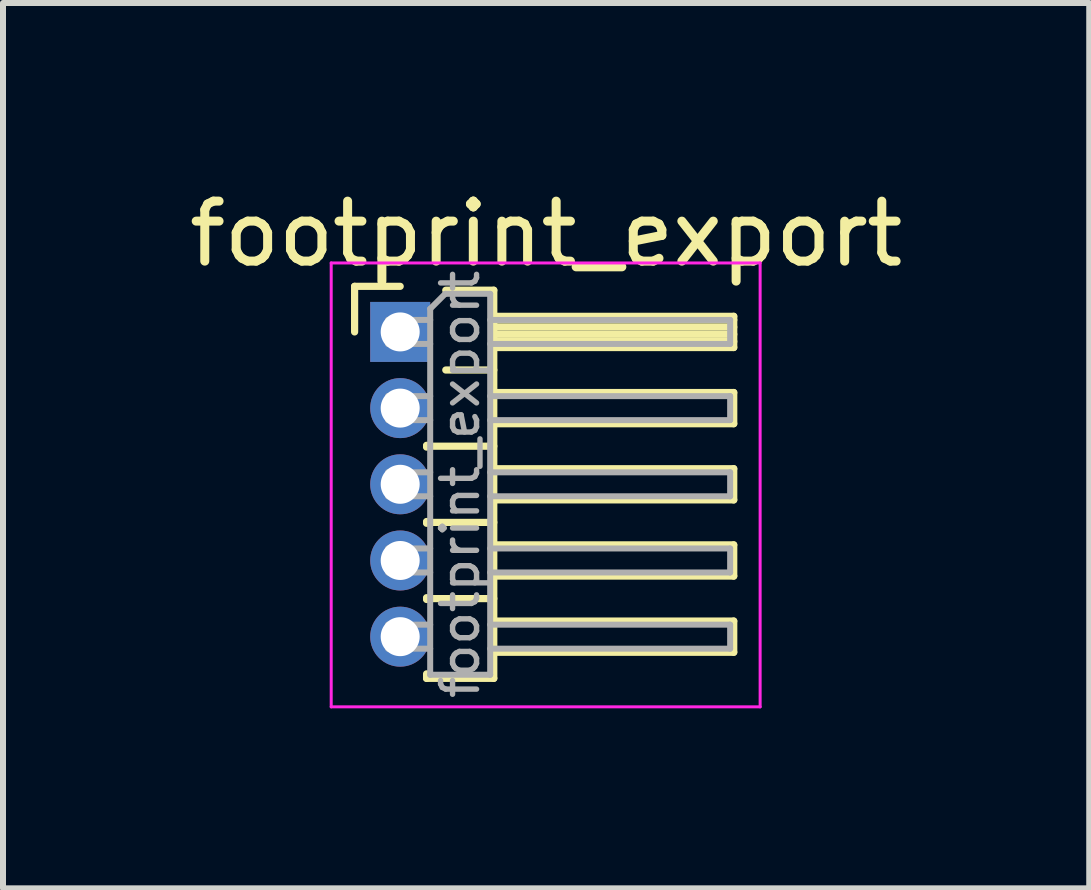
<source format=kicad_pcb>
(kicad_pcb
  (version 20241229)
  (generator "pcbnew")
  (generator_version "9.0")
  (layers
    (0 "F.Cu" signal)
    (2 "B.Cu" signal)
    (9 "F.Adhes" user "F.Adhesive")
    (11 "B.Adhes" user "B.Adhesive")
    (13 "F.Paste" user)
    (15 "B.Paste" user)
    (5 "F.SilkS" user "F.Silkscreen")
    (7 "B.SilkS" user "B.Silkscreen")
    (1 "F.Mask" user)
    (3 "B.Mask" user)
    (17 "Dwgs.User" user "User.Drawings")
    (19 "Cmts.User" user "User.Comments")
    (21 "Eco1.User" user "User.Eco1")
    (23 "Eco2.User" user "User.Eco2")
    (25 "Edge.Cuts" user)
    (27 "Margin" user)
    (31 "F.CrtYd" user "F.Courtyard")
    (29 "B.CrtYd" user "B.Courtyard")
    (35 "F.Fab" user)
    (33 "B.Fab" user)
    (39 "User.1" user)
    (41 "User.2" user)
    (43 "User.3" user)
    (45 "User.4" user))
  (footprint "footprint_export"
    (layer "F.Cu")
    (at 3.621 2.483)
    (property "Reference" "footprint_export" (at 2.433 -1.635 0) (layer "F.SilkS") (effects (font (size 1 1) (thickness 0.15))))
    (attr through_hole)
    (fp_line (start -0.76 -0.76) (end 0 -0.76) (stroke (width 0.12) (type solid)) (layer "F.SilkS"))
    (fp_line (start -0.76 0) (end -0.76 -0.76) (stroke (width 0.12) (type solid)) (layer "F.SilkS"))
    (fp_line (start 0.44 1.89) (end 0.44 1.92) (stroke (width 0.12) (type solid)) (layer "F.SilkS"))
    (fp_line (start 0.44 1.905) (end 1.56 1.905) (stroke (width 0.12) (type solid)) (layer "F.SilkS"))
    (fp_line (start 0.44 3.16) (end 0.44 3.19) (stroke (width 0.12) (type solid)) (layer "F.SilkS"))
    (fp_line (start 0.44 3.175) (end 1.56 3.175) (stroke (width 0.12) (type solid)) (layer "F.SilkS"))
    (fp_line (start 0.44 4.43) (end 0.44 4.46) (stroke (width 0.12) (type solid)) (layer "F.SilkS"))
    (fp_line (start 0.44 4.445) (end 1.56 4.445) (stroke (width 0.12) (type solid)) (layer "F.SilkS"))
    (fp_line (start 0.44 5.775) (end 0.44 5.7) (stroke (width 0.12) (type solid)) (layer "F.SilkS"))
    (fp_line (start 0.76 -0.695) (end 1.56 -0.695) (stroke (width 0.12) (type solid)) (layer "F.SilkS"))
    (fp_line (start 0.76 0.635) (end 1.56 0.635) (stroke (width 0.12) (type solid)) (layer "F.SilkS"))
    (fp_line (start 1.56 -0.695) (end 1.56 5.775) (stroke (width 0.12) (type solid)) (layer "F.SilkS"))
    (fp_line (start 1.56 -0.26) (end 5.56 -0.26) (stroke (width 0.12) (type solid)) (layer "F.SilkS"))
    (fp_line (start 1.56 -0.2) (end 5.56 -0.2) (stroke (width 0.12) (type solid)) (layer "F.SilkS"))
    (fp_line (start 1.56 -0.08) (end 5.56 -0.08) (stroke (width 0.12) (type solid)) (layer "F.SilkS"))
    (fp_line (start 1.56 0.04) (end 5.56 0.04) (stroke (width 0.12) (type solid)) (layer "F.SilkS"))
    (fp_line (start 1.56 0.16) (end 5.56 0.16) (stroke (width 0.12) (type solid)) (layer "F.SilkS"))
    (fp_line (start 1.56 1.01) (end 5.56 1.01) (stroke (width 0.12) (type solid)) (layer "F.SilkS"))
    (fp_line (start 1.56 2.28) (end 5.56 2.28) (stroke (width 0.12) (type solid)) (layer "F.SilkS"))
    (fp_line (start 1.56 3.55) (end 5.56 3.55) (stroke (width 0.12) (type solid)) (layer "F.SilkS"))
    (fp_line (start 1.56 4.82) (end 5.56 4.82) (stroke (width 0.12) (type solid)) (layer "F.SilkS"))
    (fp_line (start 1.56 5.775) (end 0.44 5.775) (stroke (width 0.12) (type solid)) (layer "F.SilkS"))
    (fp_line (start 5.56 -0.26) (end 5.56 0.26) (stroke (width 0.12) (type solid)) (layer "F.SilkS"))
    (fp_line (start 5.56 0.26) (end 1.56 0.26) (stroke (width 0.12) (type solid)) (layer "F.SilkS"))
    (fp_line (start 5.56 1.01) (end 5.56 1.53) (stroke (width 0.12) (type solid)) (layer "F.SilkS"))
    (fp_line (start 5.56 1.53) (end 1.56 1.53) (stroke (width 0.12) (type solid)) (layer "F.SilkS"))
    (fp_line (start 5.56 2.28) (end 5.56 2.8) (stroke (width 0.12) (type solid)) (layer "F.SilkS"))
    (fp_line (start 5.56 2.8) (end 1.56 2.8) (stroke (width 0.12) (type solid)) (layer "F.SilkS"))
    (fp_line (start 5.56 3.55) (end 5.56 4.07) (stroke (width 0.12) (type solid)) (layer "F.SilkS"))
    (fp_line (start 5.56 4.07) (end 1.56 4.07) (stroke (width 0.12) (type solid)) (layer "F.SilkS"))
    (fp_line (start 5.56 4.82) (end 5.56 5.34) (stroke (width 0.12) (type solid)) (layer "F.SilkS"))
    (fp_line (start 5.56 5.34) (end 1.56 5.34) (stroke (width 0.12) (type solid)) (layer "F.SilkS"))
    (fp_line (start -1.15 -1.15) (end -1.15 6.25) (stroke (width 0.05) (type solid)) (layer "F.CrtYd"))
    (fp_line (start -1.15 6.25) (end 6 6.25) (stroke (width 0.05) (type solid)) (layer "F.CrtYd"))
    (fp_line (start 6 -1.15) (end -1.15 -1.15) (stroke (width 0.05) (type solid)) (layer "F.CrtYd"))
    (fp_line (start 6 6.25) (end 6 -1.15) (stroke (width 0.05) (type solid)) (layer "F.CrtYd"))
    (fp_line (start -0.2 -0.2) (end -0.2 0.2) (stroke (width 0.1) (type solid)) (layer "F.Fab"))
    (fp_line (start -0.2 -0.2) (end 0.5 -0.2) (stroke (width 0.1) (type solid)) (layer "F.Fab"))
    (fp_line (start -0.2 0.2) (end 0.5 0.2) (stroke (width 0.1) (type solid)) (layer "F.Fab"))
    (fp_line (start -0.2 1.07) (end -0.2 1.47) (stroke (width 0.1) (type solid)) (layer "F.Fab"))
    (fp_line (start -0.2 1.07) (end 0.5 1.07) (stroke (width 0.1) (type solid)) (layer "F.Fab"))
    (fp_line (start -0.2 1.47) (end 0.5 1.47) (stroke (width 0.1) (type solid)) (layer "F.Fab"))
    (fp_line (start -0.2 2.34) (end -0.2 2.74) (stroke (width 0.1) (type solid)) (layer "F.Fab"))
    (fp_line (start -0.2 2.34) (end 0.5 2.34) (stroke (width 0.1) (type solid)) (layer "F.Fab"))
    (fp_line (start -0.2 2.74) (end 0.5 2.74) (stroke (width 0.1) (type solid)) (layer "F.Fab"))
    (fp_line (start -0.2 3.61) (end -0.2 4.01) (stroke (width 0.1) (type solid)) (layer "F.Fab"))
    (fp_line (start -0.2 3.61) (end 0.5 3.61) (stroke (width 0.1) (type solid)) (layer "F.Fab"))
    (fp_line (start -0.2 4.01) (end 0.5 4.01) (stroke (width 0.1) (type solid)) (layer "F.Fab"))
    (fp_line (start -0.2 4.88) (end -0.2 5.28) (stroke (width 0.1) (type solid)) (layer "F.Fab"))
    (fp_line (start -0.2 4.88) (end 0.5 4.88) (stroke (width 0.1) (type solid)) (layer "F.Fab"))
    (fp_line (start -0.2 5.28) (end 0.5 5.28) (stroke (width 0.1) (type solid)) (layer "F.Fab"))
    (fp_line (start 0.5 -0.385) (end 0.75 -0.635) (stroke (width 0.1) (type solid)) (layer "F.Fab"))
    (fp_line (start 0.5 5.715) (end 0.5 -0.385) (stroke (width 0.1) (type solid)) (layer "F.Fab"))
    (fp_line (start 0.75 -0.635) (end 1.5 -0.635) (stroke (width 0.1) (type solid)) (layer "F.Fab"))
    (fp_line (start 1.5 -0.635) (end 1.5 5.715) (stroke (width 0.1) (type solid)) (layer "F.Fab"))
    (fp_line (start 1.5 -0.2) (end 5.5 -0.2) (stroke (width 0.1) (type solid)) (layer "F.Fab"))
    (fp_line (start 1.5 0.2) (end 5.5 0.2) (stroke (width 0.1) (type solid)) (layer "F.Fab"))
    (fp_line (start 1.5 1.07) (end 5.5 1.07) (stroke (width 0.1) (type solid)) (layer "F.Fab"))
    (fp_line (start 1.5 1.47) (end 5.5 1.47) (stroke (width 0.1) (type solid)) (layer "F.Fab"))
    (fp_line (start 1.5 2.34) (end 5.5 2.34) (stroke (width 0.1) (type solid)) (layer "F.Fab"))
    (fp_line (start 1.5 2.74) (end 5.5 2.74) (stroke (width 0.1) (type solid)) (layer "F.Fab"))
    (fp_line (start 1.5 3.61) (end 5.5 3.61) (stroke (width 0.1) (type solid)) (layer "F.Fab"))
    (fp_line (start 1.5 4.01) (end 5.5 4.01) (stroke (width 0.1) (type solid)) (layer "F.Fab"))
    (fp_line (start 1.5 4.88) (end 5.5 4.88) (stroke (width 0.1) (type solid)) (layer "F.Fab"))
    (fp_line (start 1.5 5.28) (end 5.5 5.28) (stroke (width 0.1) (type solid)) (layer "F.Fab"))
    (fp_line (start 1.5 5.715) (end 0.5 5.715) (stroke (width 0.1) (type solid)) (layer "F.Fab"))
    (fp_line (start 5.5 -0.2) (end 5.5 0.2) (stroke (width 0.1) (type solid)) (layer "F.Fab"))
    (fp_line (start 5.5 1.07) (end 5.5 1.47) (stroke (width 0.1) (type solid)) (layer "F.Fab"))
    (fp_line (start 5.5 2.34) (end 5.5 2.74) (stroke (width 0.1) (type solid)) (layer "F.Fab"))
    (fp_line (start 5.5 3.61) (end 5.5 4.01) (stroke (width 0.1) (type solid)) (layer "F.Fab"))
    (fp_line (start 5.5 4.88) (end 5.5 5.28) (stroke (width 0.1) (type solid)) (layer "F.Fab"))
    (fp_text user "${REFERENCE}" (at 1 2.54 90) (layer "F.Fab") (effects (font (size 0.6 0.6) (thickness 0.09))))
    (pad "1" thru_hole rect (at 0 0) (size 1 1) (drill 0.65) (layers "*.Cu" "*.Mask"))
    (pad "2" thru_hole oval (at 0 1.27) (size 1 1) (drill 0.65) (layers "*.Cu" "*.Mask"))
    (pad "3" thru_hole oval (at 0 2.54) (size 1 1) (drill 0.65) (layers "*.Cu" "*.Mask"))
    (pad "4" thru_hole oval (at 0 3.81) (size 1 1) (drill 0.65) (layers "*.Cu" "*.Mask"))
    (pad "5" thru_hole oval (at 0 5.08) (size 1 1) (drill 0.65) (layers "*.Cu" "*.Mask")))
  (gr_rect
    (start -3 -3)
    (end 15.107 11.758)
    (stroke (width 0.1) (type default))
    (fill no)
    (layer "Edge.Cuts")))
</source>
